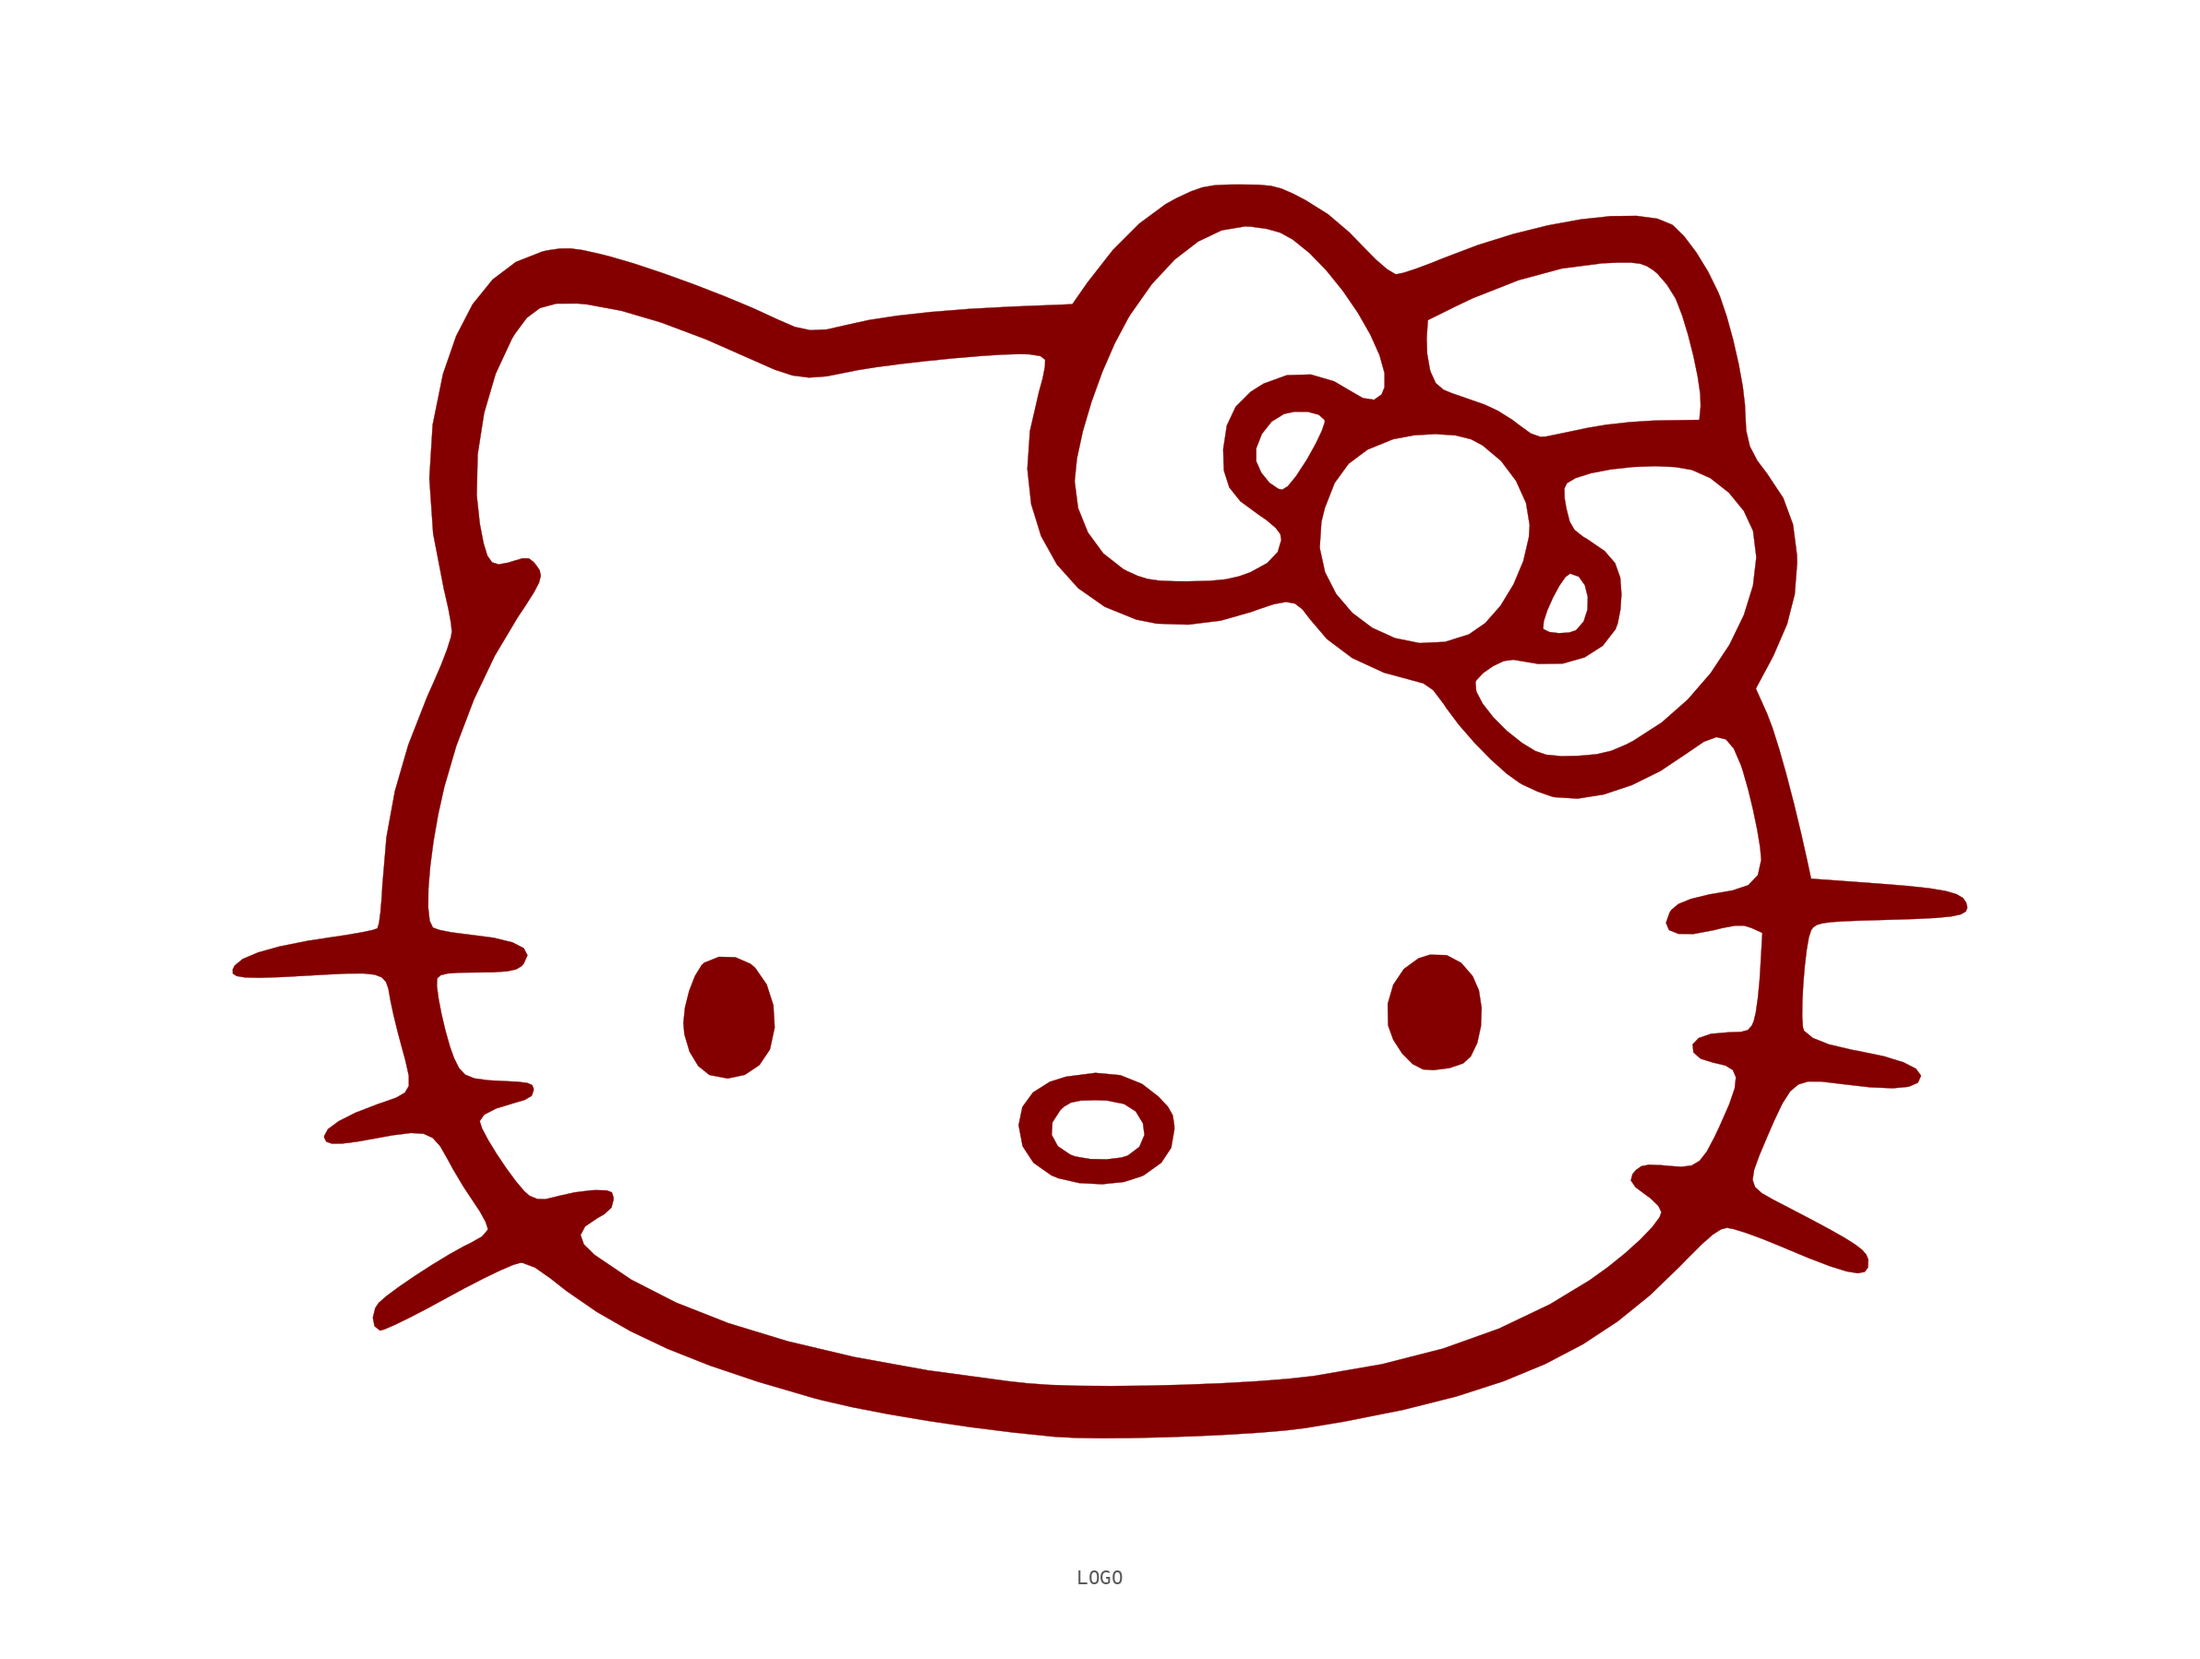
<source format=kicad_sym>
(kicad_symbol_lib
  (version 20220914)
  (generator "bitmap2component")
  (generator_version "8.0")
  (symbol "LOGO"
    (pin_names
      (offset 1.016))
    (property "Reference" "#G"
      (at 0 50.976 0)
      (effects (font (size 1.27 1.27)) hide))
    (symbol "LOGO_0_0"
      (polyline (pts (xy 1.667 -42.611) (xy 3.89 -42.561) (xy 6.171 -42.48) (xy 8.392 -42.372) (xy 10.435 -42.241) (xy 12.18 -42.092) (xy 13.511 -41.927) (xy 16.109 -41.493) (xy 20.117 -40.695) (xy 23.679 -39.796) (xy 26.852 -38.773) (xy 29.693 -37.599) (xy 32.259 -36.252) (xy 34.608 -34.704) (xy 36.797 -32.932) (xy 38.882 -30.912) (xy 39.302 -30.474) (xy 40.303 -29.478) (xy 41.044 -28.829) (xy 41.589 -28.478) (xy 42 -28.372) (xy 42.438 -28.454) (xy 43.287 -28.718) (xy 44.384 -29.12) (xy 45.601 -29.617) (xy 47.486 -30.406) (xy 48.982 -30.979) (xy 50.089 -31.324) (xy 50.854 -31.448) (xy 51.322 -31.358) (xy 51.541 -31.062) (xy 51.558 -30.567) (xy 51.541 -30.467) (xy 51.422 -30.181) (xy 51.155 -29.873) (xy 50.683 -29.506) (xy 49.951 -29.044) (xy 48.902 -28.451) (xy 47.48 -27.691) (xy 45.631 -26.726) (xy 45.112 -26.457) (xy 44.352 -26.023) (xy 43.9 -25.615) (xy 43.733 -25.129) (xy 43.833 -24.459) (xy 44.178 -23.5) (xy 44.749 -22.146) (xy 45.185 -21.14) (xy 45.757 -19.94) (xy 46.273 -19.138) (xy 46.822 -18.668) (xy 47.489 -18.465) (xy 48.362 -18.466) (xy 49.529 -18.606) (xy 49.662 -18.624) (xy 51.69 -18.856) (xy 53.227 -18.921) (xy 54.296 -18.82) (xy 54.92 -18.548) (xy 55.123 -18.105) (xy 55.119 -18.045) (xy 54.784 -17.596) (xy 53.942 -17.163) (xy 52.622 -16.756) (xy 50.853 -16.389) (xy 50.456 -16.317) (xy 48.886 -15.947) (xy 47.814 -15.52) (xy 47.209 -15.024) (xy 47.139 -14.793) (xy 47.09 -14.088) (xy 47.101 -13.076) (xy 47.161 -11.894) (xy 47.261 -10.679) (xy 47.391 -9.569) (xy 47.54 -8.701) (xy 47.7 -8.211) (xy 47.846 -8.019) (xy 48.07 -7.864) (xy 48.442 -7.751) (xy 49.038 -7.67) (xy 49.939 -7.61) (xy 51.223 -7.56) (xy 52.969 -7.511) (xy 54.736 -7.456) (xy 56.168 -7.384) (xy 57.178 -7.285) (xy 57.824 -7.145) (xy 58.168 -6.95) (xy 58.27 -6.688) (xy 58.191 -6.345) (xy 57.978 -6.039) (xy 57.538 -5.779) (xy 56.813 -5.565) (xy 55.738 -5.384) (xy 54.25 -5.221) (xy 52.286 -5.062) (xy 47.693 -4.729) (xy 47.462 -3.648) (xy 47.046 -1.777) (xy 46.534 0.353) (xy 46.018 2.34) (xy 45.523 4.086) (xy 45.077 5.495) (xy 44.705 6.47) (xy 43.953 8.147) (xy 44.92 9.95) (xy 45.154 10.399) (xy 46.069 12.516) (xy 46.585 14.54) (xy 46.747 16.636) (xy 46.736 17.192) (xy 46.469 19.259) (xy 45.808 21.056) (xy 44.715 22.704) (xy 44.054 23.583) (xy 43.55 24.548) (xy 43.3 25.611) (xy 43.228 26.988) (xy 43.214 27.361) (xy 43.065 28.62) (xy 42.786 30.151) (xy 42.414 31.781) (xy 41.987 33.338) (xy 41.544 34.651) (xy 41.391 35.024) (xy 40.718 36.391) (xy 39.918 37.697) (xy 39.09 38.793) (xy 38.335 39.528) (xy 38.278 39.568) (xy 37.278 39.975) (xy 35.865 40.164) (xy 34.111 40.143) (xy 32.088 39.924) (xy 29.866 39.517) (xy 27.517 38.932) (xy 25.112 38.18) (xy 22.723 37.27) (xy 21.997 36.976) (xy 20.94 36.581) (xy 20.108 36.309) (xy 19.636 36.209) (xy 19.528 36.229) (xy 18.988 36.553) (xy 18.209 37.227) (xy 17.263 38.193) (xy 16.436 39.045) (xy 14.998 40.27) (xy 13.459 41.233) (xy 12.624 41.668) (xy 11.838 42.011) (xy 11.114 42.197) (xy 10.251 42.273) (xy 9.048 42.288) (xy 8.335 42.284) (xy 7.303 42.235) (xy 6.497 42.095) (xy 5.713 41.821) (xy 4.745 41.37) (xy 4.011 40.967) (xy 2.211 39.636) (xy 0.427 37.85) (xy -1.279 35.668) (xy -2.315 34.182) (xy -6.359 34.018) (xy -6.521 34.011) (xy -9.317 33.86) (xy -11.901 33.653) (xy -14.191 33.398) (xy -16.106 33.105) (xy -17.563 32.784) (xy -17.568 32.782) (xy -18.944 32.469) (xy -20.052 32.418) (xy -21.105 32.645) (xy -22.314 33.17) (xy -22.364 33.195) (xy -23.933 33.918) (xy -25.847 34.716) (xy -27.938 35.527) (xy -30.042 36.288) (xy -31.992 36.938) (xy -33.622 37.413) (xy -34.333 37.594) (xy -35.446 37.842) (xy -36.283 37.955) (xy -37.005 37.948) (xy -37.773 37.838) (xy -38.162 37.756) (xy -39.972 37.048) (xy -41.557 35.852) (xy -42.911 34.175) (xy -44.026 32.022) (xy -44.914 29.46) (xy -45.615 26.013) (xy -45.838 22.391) (xy -45.582 18.643) (xy -44.843 14.817) (xy -44.803 14.659) (xy -44.556 13.57) (xy -44.381 12.623) (xy -44.315 12.008) (xy -44.38 11.63) (xy -44.639 10.807) (xy -45.048 9.738) (xy -45.558 8.559) (xy -45.985 7.604) (xy -47.264 4.338) (xy -48.17 1.212) (xy -48.744 -1.927) (xy -49.022 -5.233) (xy -49.061 -5.965) (xy -49.121 -6.681) (xy -45.916 -6.681) (xy -45.902 -5.421) (xy -45.778 -3.889) (xy -45.553 -2.171) (xy -45.233 -0.35) (xy -44.825 1.486) (xy -44.011 4.272) (xy -42.818 7.41) (xy -41.408 10.369) (xy -39.858 12.97) (xy -39.357 13.719) (xy -38.753 14.67) (xy -38.409 15.331) (xy -38.293 15.796) (xy -38.372 16.159) (xy -38.611 16.514) (xy -38.788 16.724) (xy -39.111 16.969) (xy -39.533 16.969) (xy -40.259 16.754) (xy -40.508 16.676) (xy -41.142 16.559) (xy -41.591 16.695) (xy -41.914 17.154) (xy -42.172 18.008) (xy -42.425 19.329) (xy -42.63 21.24) (xy -42.567 24.011) (xy -42.131 26.806) (xy -41.351 29.465) (xy -40.252 31.829) (xy -40.055 32.16) (xy -39.238 33.26) (xy -38.348 33.922) (xy -37.248 34.219) (xy -35.797 34.226) (xy -35.17 34.168) (xy -32.854 33.738) (xy -30.161 32.946) (xy -27.107 31.797) (xy -23.706 30.296) (xy -22.468 29.75) (xy -21.256 29.353) (xy -20.142 29.21) (xy -18.931 29.299) (xy -17.429 29.598) (xy -16.894 29.707) (xy -15.614 29.912) (xy -14.008 30.125) (xy -12.213 30.331) (xy -10.366 30.516) (xy -8.602 30.666) (xy -7.058 30.767) (xy -5.869 30.803) (xy -5.234 30.787) (xy -4.479 30.669) (xy -4.161 30.425) (xy -4.158 30.416) (xy -4.168 29.964) (xy -4.32 29.173) (xy -4.583 28.209) (xy -5.186 25.588) (xy -5.359 23.029) (xy -5.265 22.157) (xy -2.155 22.157) (xy -2.155 22.227) (xy -2.001 23.738) (xy -1.607 25.561) (xy -1.019 27.558) (xy -0.283 29.593) (xy 0.558 31.525) (xy 1.458 33.218) (xy 1.617 33.482) (xy 3.062 35.535) (xy 4.602 37.193) (xy 6.194 38.421) (xy 7.794 39.184) (xy 9.357 39.449) (xy 9.769 39.433) (xy 10.857 39.282) (xy 11.77 39.022) (xy 12.608 38.557) (xy 13.738 37.644) (xy 14.89 36.454) (xy 16 35.076) (xy 17.01 33.602) (xy 17.857 32.121) (xy 17.966 31.877) (xy 21.672 31.877) (xy 21.752 33.101) (xy 23.684 34.059) (xy 24.815 34.596) (xy 27.889 35.806) (xy 30.827 36.599) (xy 33.557 36.953) (xy 34.58 36.996) (xy 35.491 36.999) (xy 36.109 36.927) (xy 36.569 36.762) (xy 37.009 36.486) (xy 37.286 36.252) (xy 37.934 35.502) (xy 38.48 34.631) (xy 38.566 34.452) (xy 38.965 33.416) (xy 39.363 32.108) (xy 39.724 30.684) (xy 40.011 29.3) (xy 40.187 28.112) (xy 40.215 27.277) (xy 40.127 26.346) (xy 37.424 26.306) (xy 36.961 26.294) (xy 35.414 26.194) (xy 33.855 26.021) (xy 32.561 25.805) (xy 32.333 25.756) (xy 31.233 25.524) (xy 30.298 25.331) (xy 29.709 25.213) (xy 29.361 25.198) (xy 28.717 25.427) (xy 27.887 26.029) (xy 27.491 26.334) (xy 26.513 26.951) (xy 25.605 27.378) (xy 25.427 27.44) (xy 24.367 27.809) (xy 23.373 28.154) (xy 22.809 28.388) (xy 22.285 28.834) (xy 21.942 29.59) (xy 21.884 29.789) (xy 21.704 30.832) (xy 21.672 31.877) (xy 17.966 31.877) (xy 18.481 30.725) (xy 18.82 29.505) (xy 18.815 28.55) (xy 18.619 28.069) (xy 18.113 27.708) (xy 17.356 27.82) (xy 16.342 28.405) (xy 15.408 28.956) (xy 13.826 29.42) (xy 12.206 29.371) (xy 10.631 28.802) (xy 9.765 28.256) (xy 8.746 27.241) (xy 8.144 25.971) (xy 7.896 24.349) (xy 7.923 23.545) (xy 10.132 23.545) (xy 10.135 24.423) (xy 10.517 25.397) (xy 11.181 26.234) (xy 12.019 26.749) (xy 12.722 26.898) (xy 13.628 26.894) (xy 14.371 26.694) (xy 14.771 26.327) (xy 14.769 26.182) (xy 14.576 25.613) (xy 14.18 24.773) (xy 13.633 23.786) (xy 13.506 23.573) (xy 12.821 22.524) (xy 12.27 21.853) (xy 11.898 21.617) (xy 11.634 21.673) (xy 11.029 22.087) (xy 10.477 22.767) (xy 10.132 23.545) (xy 7.923 23.545) (xy 7.945 22.906) (xy 8.307 21.777) (xy 9.056 20.836) (xy 10.266 19.946) (xy 10.833 19.557) (xy 11.458 19.023) (xy 11.764 18.613) (xy 11.83 18.215) (xy 11.673 17.681) (xy 14.431 17.681) (xy 14.544 19.424) (xy 14.775 20.371) (xy 15.442 22.076) (xy 16.387 23.374) (xy 17.666 24.331) (xy 19.337 25.013) (xy 19.465 25.05) (xy 20.808 25.303) (xy 22.26 25.386) (xy 23.615 25.297) (xy 24.666 25.036) (xy 25.46 24.614) (xy 26.709 23.56) (xy 27.72 22.214) (xy 28.396 20.717) (xy 28.642 19.207) (xy 28.588 18.402) (xy 28.215 16.796) (xy 27.549 15.203) (xy 26.665 13.754) (xy 25.634 12.583) (xy 25.123 12.23) (xy 29.555 12.23) (xy 29.597 12.714) (xy 29.843 13.458) (xy 30.219 14.307) (xy 30.649 15.106) (xy 31.061 15.7) (xy 31.379 15.935) (xy 31.962 15.73) (xy 32.374 15.158) (xy 32.576 14.362) (xy 32.554 13.489) (xy 32.293 12.685) (xy 31.777 12.096) (xy 31.319 11.943) (xy 30.619 11.9) (xy 29.956 11.982) (xy 29.575 12.18) (xy 29.555 12.23) (xy 25.123 12.23) (xy 24.531 11.82) (xy 22.912 11.311) (xy 21.189 11.229) (xy 19.522 11.566) (xy 17.979 12.267) (xy 16.63 13.283) (xy 15.543 14.558) (xy 14.787 16.042) (xy 14.431 17.681) (xy 11.673 17.681) (xy 11.589 17.397) (xy 10.873 16.647) (xy 9.725 16.02) (xy 8.978 15.753) (xy 8.072 15.549) (xy 6.98 15.444) (xy 5.525 15.41) (xy 4.641 15.414) (xy 3.581 15.456) (xy 2.793 15.569) (xy 2.112 15.78) (xy 1.373 16.117) (xy 1.119 16.253) (xy -0.22 17.303) (xy -1.255 18.713) (xy -1.923 20.368) (xy -2.155 22.157) (xy -5.265 22.157) (xy -5.1 20.64) (xy -4.428 18.468) (xy -3.362 16.556) (xy -1.92 14.947) (xy -0.123 13.687) (xy 2.013 12.82) (xy 3.414 12.545) (xy 5.527 12.478) (xy 7.726 12.749) (xy 9.827 13.347) (xy 10.148 13.467) (xy 11.319 13.864) (xy 12.148 14.015) (xy 12.753 13.905) (xy 13.256 13.519) (xy 13.777 12.84) (xy 14.917 11.503) (xy 16.631 10.216) (xy 18.767 9.228) (xy 21.155 8.58) (xy 24.974 8.58) (xy 25.037 8.711) (xy 25.482 9.193) (xy 26.155 9.664) (xy 26.886 10.013) (xy 27.532 10.1) (xy 28.381 9.959) (xy 29.214 9.818) (xy 30.873 9.84) (xy 32.362 10.261) (xy 33.586 11.046) (xy 34.452 12.16) (xy 34.603 12.563) (xy 34.786 13.493) (xy 34.857 14.542) (xy 34.774 15.662) (xy 34.424 16.646) (xy 33.721 17.46) (xy 32.576 18.245) (xy 32.244 18.446) (xy 31.674 18.9) (xy 31.353 19.459) (xy 31.129 20.339) (xy 31.009 21.036) (xy 30.992 21.695) (xy 31.162 22.054) (xy 31.749 22.404) (xy 32.799 22.736) (xy 34.135 22.992) (xy 35.62 23.155) (xy 37.122 23.213) (xy 38.505 23.151) (xy 39.636 22.954) (xy 40.872 22.401) (xy 42.125 21.418) (xy 43.136 20.182) (xy 43.757 18.841) (xy 43.767 18.806) (xy 43.984 17.046) (xy 43.76 15.127) (xy 43.14 13.127) (xy 42.168 11.121) (xy 40.887 9.189) (xy 39.343 7.406) (xy 37.578 5.85) (xy 35.637 4.599) (xy 35.183 4.364) (xy 34.163 3.931) (xy 33.158 3.698) (xy 31.892 3.589) (xy 30.774 3.569) (xy 29.764 3.667) (xy 29.03 3.917) (xy 28.124 4.468) (xy 27.088 5.293) (xy 26.171 6.214) (xy 25.456 7.133) (xy 25.029 7.954) (xy 24.974 8.58) (xy 21.155 8.58) (xy 21.347 8.528) (xy 21.444 8.503) (xy 22.109 8.043) (xy 22.822 7.102) (xy 22.999 6.829) (xy 23.843 5.702) (xy 24.888 4.501) (xy 26.007 3.354) (xy 27.075 2.394) (xy 27.967 1.751) (xy 28.175 1.636) (xy 29.18 1.171) (xy 30.137 0.838) (xy 30.329 0.792) (xy 31.884 0.694) (xy 33.663 0.978) (xy 35.567 1.613) (xy 37.493 2.565) (xy 39.341 3.803) (xy 40.438 4.551) (xy 41.279 4.86) (xy 41.929 4.707) (xy 42.461 4.078) (xy 42.944 2.955) (xy 43.074 2.562) (xy 43.425 1.335) (xy 43.76 -0.047) (xy 44.044 -1.416) (xy 44.241 -2.603) (xy 44.315 -3.441) (xy 44.315 -3.462) (xy 44.091 -4.478) (xy 43.437 -5.168) (xy 42.357 -5.528) (xy 40.807 -5.792) (xy 39.538 -6.103) (xy 38.698 -6.447) (xy 38.231 -6.843) (xy 38.118 -7.015) (xy 37.869 -7.721) (xy 38.081 -8.21) (xy 38.717 -8.465) (xy 39.743 -8.471) (xy 41.123 -8.21) (xy 41.694 -8.068) (xy 42.559 -7.907) (xy 43.16 -7.91) (xy 43.666 -8.069) (xy 44.392 -8.4) (xy 44.243 -11.023) (xy 44.201 -11.648) (xy 44.086 -12.828) (xy 43.947 -13.796) (xy 43.806 -14.389) (xy 43.677 -14.682) (xy 43.411 -14.98) (xy 42.935 -15.106) (xy 42.085 -15.132) (xy 40.914 -15.234) (xy 40.086 -15.519) (xy 39.671 -15.952) (xy 39.729 -16.497) (xy 40.215 -16.922) (xy 41.076 -17.19) (xy 41.885 -17.379) (xy 42.394 -17.685) (xy 42.603 -18.178) (xy 42.52 -18.927) (xy 42.152 -20.004) (xy 41.505 -21.477) (xy 41.167 -22.197) (xy 40.632 -23.208) (xy 40.145 -23.834) (xy 39.607 -24.153) (xy 38.916 -24.241) (xy 37.974 -24.175) (xy 37.548 -24.133) (xy 36.718 -24.102) (xy 36.201 -24.203) (xy 35.837 -24.459) (xy 35.602 -24.735) (xy 35.493 -25.166) (xy 35.8 -25.619) (xy 36.564 -26.188) (xy 36.819 -26.371) (xy 37.349 -26.885) (xy 37.559 -27.313) (xy 37.435 -27.66) (xy 36.938 -28.326) (xy 36.135 -29.162) (xy 35.107 -30.091) (xy 33.934 -31.038) (xy 32.696 -31.926) (xy 30.014 -33.551) (xy 26.553 -35.204) (xy 22.775 -36.552) (xy 18.625 -37.612) (xy 14.051 -38.403) (xy 13.967 -38.415) (xy 12.234 -38.605) (xy 10.131 -38.769) (xy 7.772 -38.902) (xy 5.271 -39.001) (xy 2.741 -39.065) (xy 0.294 -39.089) (xy -1.954 -39.072) (xy -3.892 -39.01) (xy -5.404 -38.9) (xy -6.643 -38.763) (xy -12.1 -38.025) (xy -17.085 -37.121) (xy -21.592 -36.053) (xy -25.611 -34.825) (xy -29.136 -33.437) (xy -32.158 -31.893) (xy -34.669 -30.195) (xy -35.377 -29.5) (xy -35.602 -28.864) (xy -35.294 -28.28) (xy -34.452 -27.711) (xy -34.005 -27.456) (xy -33.511 -27.005) (xy -33.371 -26.479) (xy -33.376 -26.292) (xy -33.482 -25.97) (xy -33.837 -25.839) (xy -34.587 -25.822) (xy -34.877 -25.834) (xy -36 -25.973) (xy -37.074 -26.212) (xy -37.169 -26.24) (xy -37.975 -26.431) (xy -38.528 -26.42) (xy -39.054 -26.206) (xy -39.411 -25.897) (xy -39.976 -25.226) (xy -40.629 -24.338) (xy -41.286 -23.36) (xy -41.861 -22.42) (xy -42.269 -21.646) (xy -42.423 -21.165) (xy -42.422 -21.14) (xy -42.126 -20.711) (xy -41.316 -20.292) (xy -40.02 -19.898) (xy -39.377 -19.708) (xy -38.907 -19.43) (xy -38.776 -19.05) (xy -38.782 -18.93) (xy -38.886 -18.701) (xy -39.206 -18.562) (xy -39.849 -18.482) (xy -40.925 -18.43) (xy -41.832 -18.383) (xy -42.782 -18.255) (xy -43.404 -18.004) (xy -43.821 -17.57) (xy -44.16 -16.893) (xy -44.446 -16.091) (xy -44.746 -15.029) (xy -45.014 -13.893) (xy -45.219 -12.831) (xy -45.328 -11.989) (xy -45.311 -11.517) (xy -45.282 -11.454) (xy -45.066 -11.266) (xy -44.612 -11.151) (xy -43.819 -11.094) (xy -42.586 -11.079) (xy -41.54 -11.066) (xy -40.571 -11.001) (xy -39.96 -10.868) (xy -39.605 -10.654) (xy -39.455 -10.49) (xy -39.196 -9.918) (xy -39.446 -9.437) (xy -40.212 -9.041) (xy -41.499 -8.728) (xy -43.315 -8.492) (xy -43.378 -8.486) (xy -44.379 -8.356) (xy -45.175 -8.196) (xy -45.598 -8.039) (xy -45.815 -7.584) (xy -45.916 -6.681) (xy -49.121 -6.681) (xy -49.148 -7.005) (xy -49.252 -7.758) (xy -49.359 -8.098) (xy -49.67 -8.203) (xy -50.413 -8.36) (xy -51.468 -8.543) (xy -52.721 -8.729) (xy -54.086 -8.938) (xy -55.956 -9.311) (xy -57.433 -9.724) (xy -58.468 -10.161) (xy -59.012 -10.608) (xy -59.154 -10.889) (xy -59.145 -11.151) (xy -58.877 -11.325) (xy -58.296 -11.418) (xy -57.344 -11.44) (xy -55.967 -11.396) (xy -54.107 -11.296) (xy -52.93 -11.227) (xy -51.406 -11.154) (xy -50.303 -11.147) (xy -49.546 -11.226) (xy -49.062 -11.409) (xy -48.776 -11.716) (xy -48.615 -12.168) (xy -48.506 -12.783) (xy -48.469 -13) (xy -48.273 -13.916) (xy -47.989 -15.084) (xy -47.662 -16.306) (xy -47.455 -17.062) (xy -47.229 -18.085) (xy -47.228 -18.766) (xy -47.495 -19.218) (xy -48.07 -19.553) (xy -48.997 -19.883) (xy -49.352 -20.002) (xy -50.842 -20.579) (xy -51.98 -21.154) (xy -52.706 -21.693) (xy -52.962 -22.162) (xy -52.955 -22.272) (xy -52.812 -22.543) (xy -52.432 -22.675) (xy -51.742 -22.669) (xy -50.672 -22.529) (xy -49.149 -22.256) (xy -48.296 -22.101) (xy -47.091 -21.951) (xy -46.232 -22.001) (xy -45.607 -22.288) (xy -45.104 -22.848) (xy -44.61 -23.716) (xy -44.249 -24.384) (xy -43.54 -25.576) (xy -42.852 -26.615) (xy -42.423 -27.26) (xy -42.033 -27.971) (xy -41.883 -28.426) (xy -41.902 -28.531) (xy -42.278 -28.965) (xy -43.072 -29.413) (xy -43.509 -29.625) (xy -44.484 -30.168) (xy -45.622 -30.859) (xy -46.797 -31.616) (xy -47.881 -32.357) (xy -48.748 -32.999) (xy -49.27 -33.458) (xy -49.501 -33.805) (xy -49.662 -34.459) (xy -49.552 -35.034) (xy -49.179 -35.331) (xy -48.9 -35.259) (xy -48.209 -34.961) (xy -47.205 -34.472) (xy -45.971 -33.833) (xy -44.594 -33.084) (xy -43.445 -32.461) (xy -42.125 -31.781) (xy -40.997 -31.239) (xy -40.151 -30.879) (xy -39.681 -30.744) (xy -39.523 -30.752) (xy -38.692 -31.062) (xy -37.646 -31.794) (xy -36.557 -32.652) (xy -34.484 -34.081) (xy -32.22 -35.379) (xy -29.696 -36.578) (xy -26.841 -37.709) (xy -23.586 -38.804) (xy -19.861 -39.896) (xy -19.289 -40.047) (xy -17.212 -40.525) (xy -14.753 -41.002) (xy -12.034 -41.46) (xy -9.174 -41.88) (xy -6.294 -42.241) (xy -3.513 -42.526) (xy -3.463 -42.53) (xy -2.127 -42.599) (xy -0.378 -42.625) (xy 1.667 -42.611)) (stroke (width 0.01) (type default)) (fill (type outline)))
      (polyline (pts (xy 1.194 -25.265) (xy 2.417 -24.867) (xy 2.549 -24.798) (xy 3.707 -23.967) (xy 4.378 -22.956) (xy 4.594 -21.715) (xy 4.589 -21.434) (xy 4.483 -20.753) (xy 4.16 -20.177) (xy 3.513 -19.487) (xy 2.396 -18.623) (xy 0.938 -18.037) (xy -0.758 -17.88) (xy -2.752 -18.14) (xy -3.835 -18.48) (xy -4.979 -19.203) (xy -5.696 -20.187) (xy -5.944 -21.387) (xy -5.943 -21.468) (xy -5.826 -22.083) (xy -3.71 -22.083) (xy -3.662 -21.23) (xy -3.12 -20.389) (xy -2.886 -20.174) (xy -2.407 -19.891) (xy -1.755 -19.758) (xy -0.748 -19.726) (xy 0.03 -19.754) (xy 1.19 -19.988) (xy 1.974 -20.488) (xy 2.464 -21.296) (xy 2.566 -22.082) (xy 2.224 -22.887) (xy 1.444 -23.479) (xy 1.002 -23.616) (xy 0.002 -23.735) (xy -1.113 -23.715) (xy -2.088 -23.549) (xy -2.451 -23.42) (xy -3.295 -22.847) (xy -3.71 -22.083) (xy -5.826 -22.083) (xy -5.68 -22.851) (xy -4.946 -23.969) (xy -3.746 -24.816) (xy -3.255 -25.02) (xy -1.854 -25.34) (xy -0.3 -25.422) (xy 1.194 -25.265)) (stroke (width 0.01) (type default)) (fill (type outline)))
      (polyline (pts (xy -24.489 -18.014) (xy -23.499 -17.354) (xy -22.811 -16.335) (xy -22.767 -16.228) (xy -22.463 -14.803) (xy -22.551 -13.3) (xy -23.002 -11.895) (xy -23.784 -10.762) (xy -24.107 -10.491) (xy -25.123 -10.051) (xy -26.227 -10.019) (xy -27.224 -10.413) (xy -27.414 -10.591) (xy -27.859 -11.316) (xy -28.253 -12.327) (xy -28.535 -13.447) (xy -28.643 -14.5) (xy -28.575 -15.272) (xy -28.224 -16.447) (xy -27.642 -17.41) (xy -26.912 -18) (xy -26.831 -18.035) (xy -25.645 -18.259) (xy -24.489 -18.014)) (stroke (width 0.01) (type default)) (fill (type outline)))
      (polyline (pts (xy 23.211 -17.554) (xy 24.139 -17.24) (xy 24.656 -16.765) (xy 25.096 -15.855) (xy 25.346 -14.707) (xy 25.388 -13.47) (xy 25.206 -12.293) (xy 24.784 -11.325) (xy 24.007 -10.43) (xy 23.025 -9.907) (xy 21.887 -9.879) (xy 21.123 -10.118) (xy 20.126 -10.843) (xy 19.409 -11.908) (xy 19.033 -13.21) (xy 19.059 -14.644) (xy 19.067 -14.691) (xy 19.409 -15.64) (xy 20.003 -16.558) (xy 20.718 -17.282) (xy 21.427 -17.647) (xy 22.129 -17.692) (xy 23.211 -17.554)) (stroke (width 0.01) (type default)) (fill (type outline))))))
</source>
